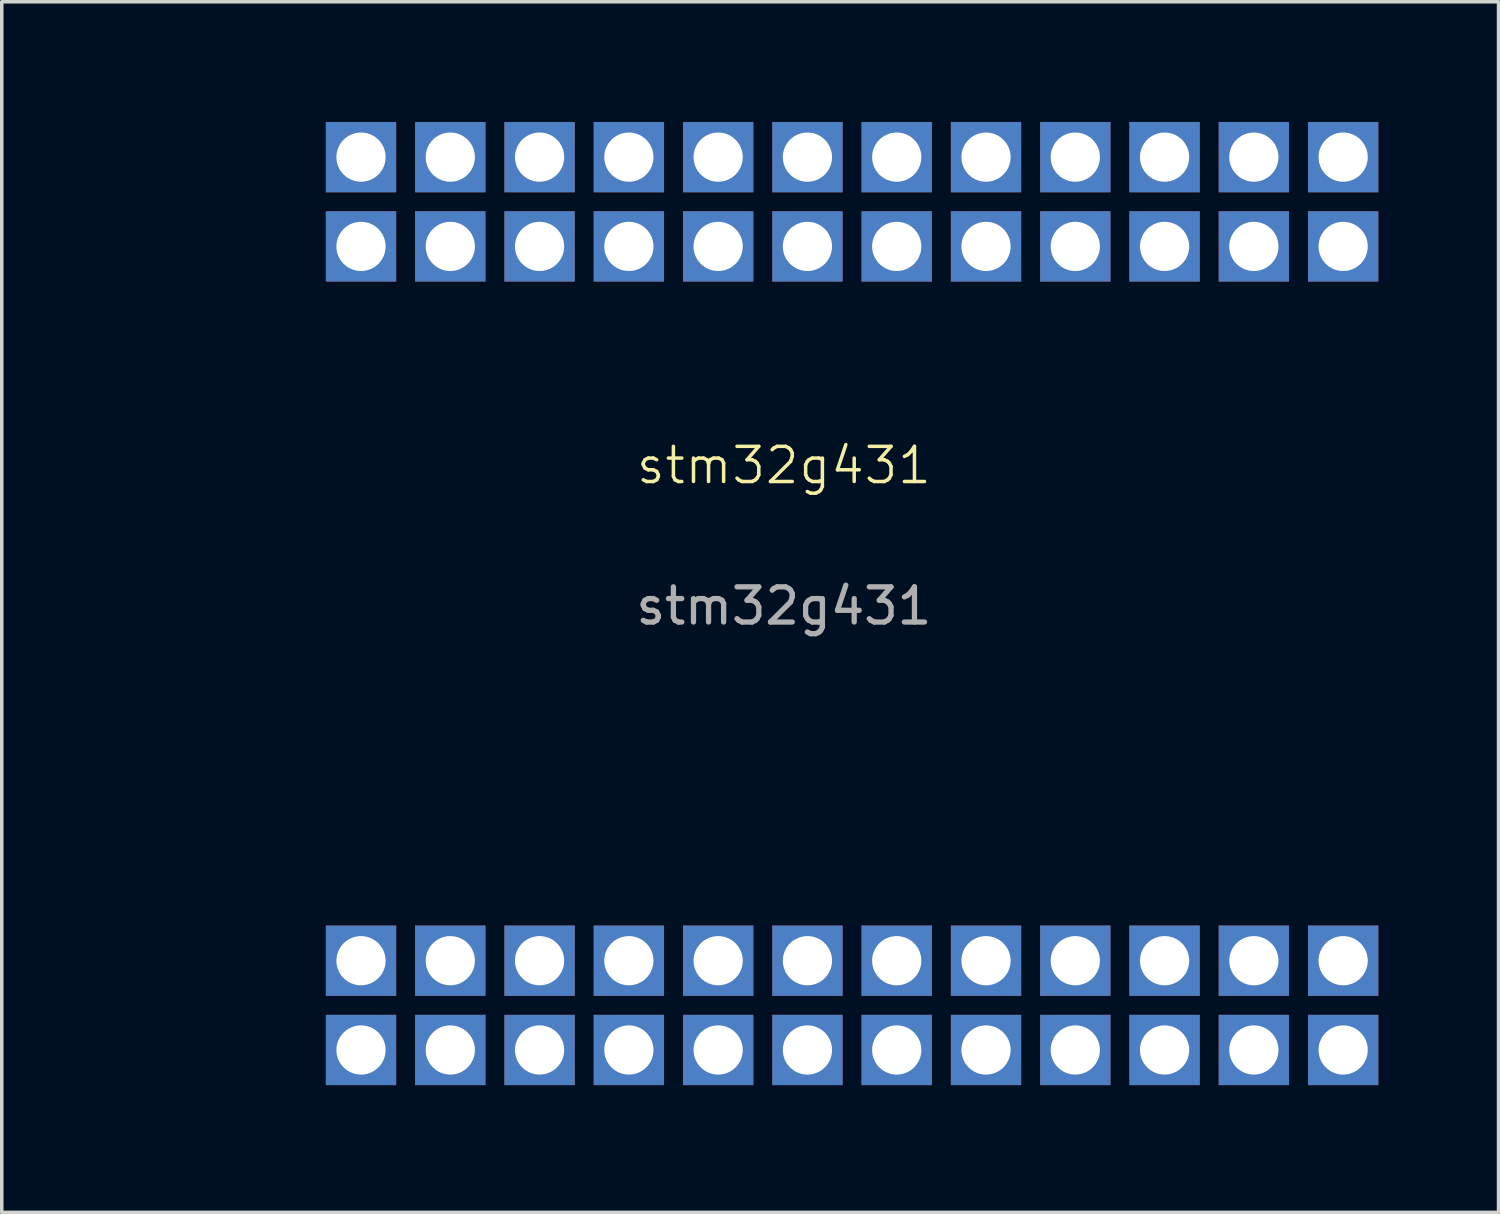
<source format=kicad_pcb>
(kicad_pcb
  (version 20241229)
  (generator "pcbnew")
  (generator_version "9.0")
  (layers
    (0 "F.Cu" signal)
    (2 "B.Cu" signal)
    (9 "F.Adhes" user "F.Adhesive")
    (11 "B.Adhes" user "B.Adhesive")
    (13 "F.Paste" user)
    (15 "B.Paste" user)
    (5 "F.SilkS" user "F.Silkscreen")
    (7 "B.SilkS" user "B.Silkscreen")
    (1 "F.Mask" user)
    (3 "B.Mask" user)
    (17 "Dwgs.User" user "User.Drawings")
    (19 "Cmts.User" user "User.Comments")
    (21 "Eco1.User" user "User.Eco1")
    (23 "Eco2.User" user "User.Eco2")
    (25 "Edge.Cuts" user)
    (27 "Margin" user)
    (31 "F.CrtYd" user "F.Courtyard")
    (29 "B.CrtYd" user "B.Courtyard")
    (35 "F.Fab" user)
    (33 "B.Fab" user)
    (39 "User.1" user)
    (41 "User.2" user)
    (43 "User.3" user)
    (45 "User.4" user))
  (footprint "stm32g431"
    (layer "F.Cu")
    (at 0.25 28.19)
    (property "Reference" "stm32g431" (at 19 -18 0) (unlocked yes) (layer "F.SilkS") (effects (font (size 1 1) (thickness 0.1))))
    (attr through_hole)
    (fp_rect (start 0 0) (end 36.28 -28.14) (stroke (width 0.1) (type default)) (fill no) (layer "Margin"))
    (fp_text user "${REFERENCE}" (at 19 -14 0) (unlocked yes) (layer "F.Fab") (effects (font (size 1 1) (thickness 0.15))))
    (pad "1" thru_hole rect (at 6.97 -3.91) (size 2 2) (drill 1.4) (layers "*.Cu" "*.Mask"))
    (pad "2" thru_hole rect (at 9.51 -3.91) (size 2 2) (drill 1.4) (layers "*.Cu" "*.Mask"))
    (pad "3" thru_hole rect (at 12.05 -3.91) (size 2 2) (drill 1.4) (layers "*.Cu" "*.Mask"))
    (pad "4" thru_hole rect (at 14.59 -3.91) (size 2 2) (drill 1.4) (layers "*.Cu" "*.Mask"))
    (pad "5" thru_hole rect (at 17.13 -3.91) (size 2 2) (drill 1.4) (layers "*.Cu" "*.Mask"))
    (pad "6" thru_hole rect (at 22.21 -3.91) (size 2 2) (drill 1.4) (layers "*.Cu" "*.Mask"))
    (pad "7" thru_hole rect (at 19.67 -3.91) (size 2 2) (drill 1.4) (layers "*.Cu" "*.Mask"))
    (pad "8" thru_hole rect (at 24.75 -3.91) (size 2 2) (drill 1.4) (layers "*.Cu" "*.Mask"))
    (pad "9" thru_hole rect (at 27.29 -3.91) (size 2 2) (drill 1.4) (layers "*.Cu" "*.Mask"))
    (pad "10" thru_hole rect (at 29.83 -3.91) (size 2 2) (drill 1.4) (layers "*.Cu" "*.Mask"))
    (pad "11" thru_hole rect (at 32.37 -3.91) (size 2 2) (drill 1.4) (layers "*.Cu" "*.Mask"))
    (pad "12" thru_hole rect (at 34.91 -3.91) (size 2 2) (drill 1.4) (layers "*.Cu" "*.Mask"))
    (pad "13" thru_hole rect (at 6.97 -1.37) (size 2 2) (drill 1.4) (layers "*.Cu" "*.Mask"))
    (pad "14" thru_hole rect (at 9.51 -1.37) (size 2 2) (drill 1.4) (layers "*.Cu" "*.Mask"))
    (pad "15" thru_hole rect (at 12.05 -1.37) (size 2 2) (drill 1.4) (layers "*.Cu" "*.Mask"))
    (pad "16" thru_hole rect (at 14.59 -1.37) (size 2 2) (drill 1.4) (layers "*.Cu" "*.Mask"))
    (pad "17" thru_hole rect (at 17.13 -1.37) (size 2 2) (drill 1.4) (layers "*.Cu" "*.Mask"))
    (pad "18" thru_hole rect (at 19.67 -1.37) (size 2 2) (drill 1.4) (layers "*.Cu" "*.Mask"))
    (pad "19" thru_hole rect (at 22.21 -1.37) (size 2 2) (drill 1.4) (layers "*.Cu" "*.Mask"))
    (pad "20" thru_hole rect (at 24.75 -1.37) (size 2 2) (drill 1.4) (layers "*.Cu" "*.Mask"))
    (pad "21" thru_hole rect (at 27.29 -1.37) (size 2 2) (drill 1.4) (layers "*.Cu" "*.Mask"))
    (pad "22" thru_hole rect (at 29.83 -1.37) (size 2 2) (drill 1.4) (layers "*.Cu" "*.Mask"))
    (pad "23" thru_hole rect (at 32.37 -1.37) (size 2 2) (drill 1.4) (layers "*.Cu" "*.Mask"))
    (pad "24" thru_hole rect (at 34.91 -1.37) (size 2 2) (drill 1.4) (layers "*.Cu" "*.Mask"))
    (pad "25" thru_hole rect (at 6.97 -26.77) (size 2 2) (drill 1.4) (layers "*.Cu" "*.Mask"))
    (pad "26" thru_hole rect (at 9.51 -26.77) (size 2 2) (drill 1.4) (layers "*.Cu" "*.Mask"))
    (pad "27" thru_hole rect (at 12.05 -26.77) (size 2 2) (drill 1.4) (layers "*.Cu" "*.Mask"))
    (pad "28" thru_hole rect (at 14.59 -26.77) (size 2 2) (drill 1.4) (layers "*.Cu" "*.Mask"))
    (pad "29" thru_hole rect (at 17.13 -26.77) (size 2 2) (drill 1.4) (layers "*.Cu" "*.Mask"))
    (pad "30" thru_hole rect (at 19.67 -26.77) (size 2 2) (drill 1.4) (layers "*.Cu" "*.Mask"))
    (pad "31" thru_hole rect (at 22.21 -26.77) (size 2 2) (drill 1.4) (layers "*.Cu" "*.Mask"))
    (pad "32" thru_hole rect (at 24.75 -26.77) (size 2 2) (drill 1.4) (layers "*.Cu" "*.Mask"))
    (pad "33" thru_hole rect (at 27.29 -26.77) (size 2 2) (drill 1.4) (layers "*.Cu" "*.Mask"))
    (pad "34" thru_hole rect (at 29.83 -26.77) (size 2 2) (drill 1.4) (layers "*.Cu" "*.Mask"))
    (pad "35" thru_hole rect (at 32.37 -26.77) (size 2 2) (drill 1.4) (layers "*.Cu" "*.Mask"))
    (pad "36" thru_hole rect (at 34.91 -26.77) (size 2 2) (drill 1.4) (layers "*.Cu" "*.Mask"))
    (pad "37" thru_hole rect (at 34.91 -24.23) (size 2 2) (drill 1.4) (layers "*.Cu" "*.Mask"))
    (pad "38" thru_hole rect (at 32.37 -24.23) (size 2 2) (drill 1.4) (layers "*.Cu" "*.Mask"))
    (pad "39" thru_hole rect (at 29.83 -24.23) (size 2 2) (drill 1.4) (layers "*.Cu" "*.Mask"))
    (pad "40" thru_hole rect (at 27.29 -24.23) (size 2 2) (drill 1.4) (layers "*.Cu" "*.Mask"))
    (pad "41" thru_hole rect (at 24.75 -24.23) (size 2 2) (drill 1.4) (layers "*.Cu" "*.Mask"))
    (pad "42" thru_hole rect (at 22.21 -24.23) (size 2 2) (drill 1.4) (layers "*.Cu" "*.Mask"))
    (pad "43" thru_hole rect (at 19.67 -24.23) (size 2 2) (drill 1.4) (layers "*.Cu" "*.Mask"))
    (pad "44" thru_hole rect (at 17.13 -24.23) (size 2 2) (drill 1.4) (layers "*.Cu" "*.Mask"))
    (pad "45" thru_hole rect (at 14.59 -24.23) (size 2 2) (drill 1.4) (layers "*.Cu" "*.Mask"))
    (pad "46" thru_hole rect (at 12.05 -24.23) (size 2 2) (drill 1.4) (layers "*.Cu" "*.Mask"))
    (pad "47" thru_hole rect (at 9.51 -24.23) (size 2 2) (drill 1.4) (layers "*.Cu" "*.Mask"))
    (pad "48" thru_hole rect (at 6.97 -24.23) (size 2 2) (drill 1.4) (layers "*.Cu" "*.Mask")))
  (gr_rect
    (start -3 -3)
    (end 39.58 31.44)
    (stroke (width 0.1) (type default))
    (fill no)
    (layer "Edge.Cuts")))
</source>
